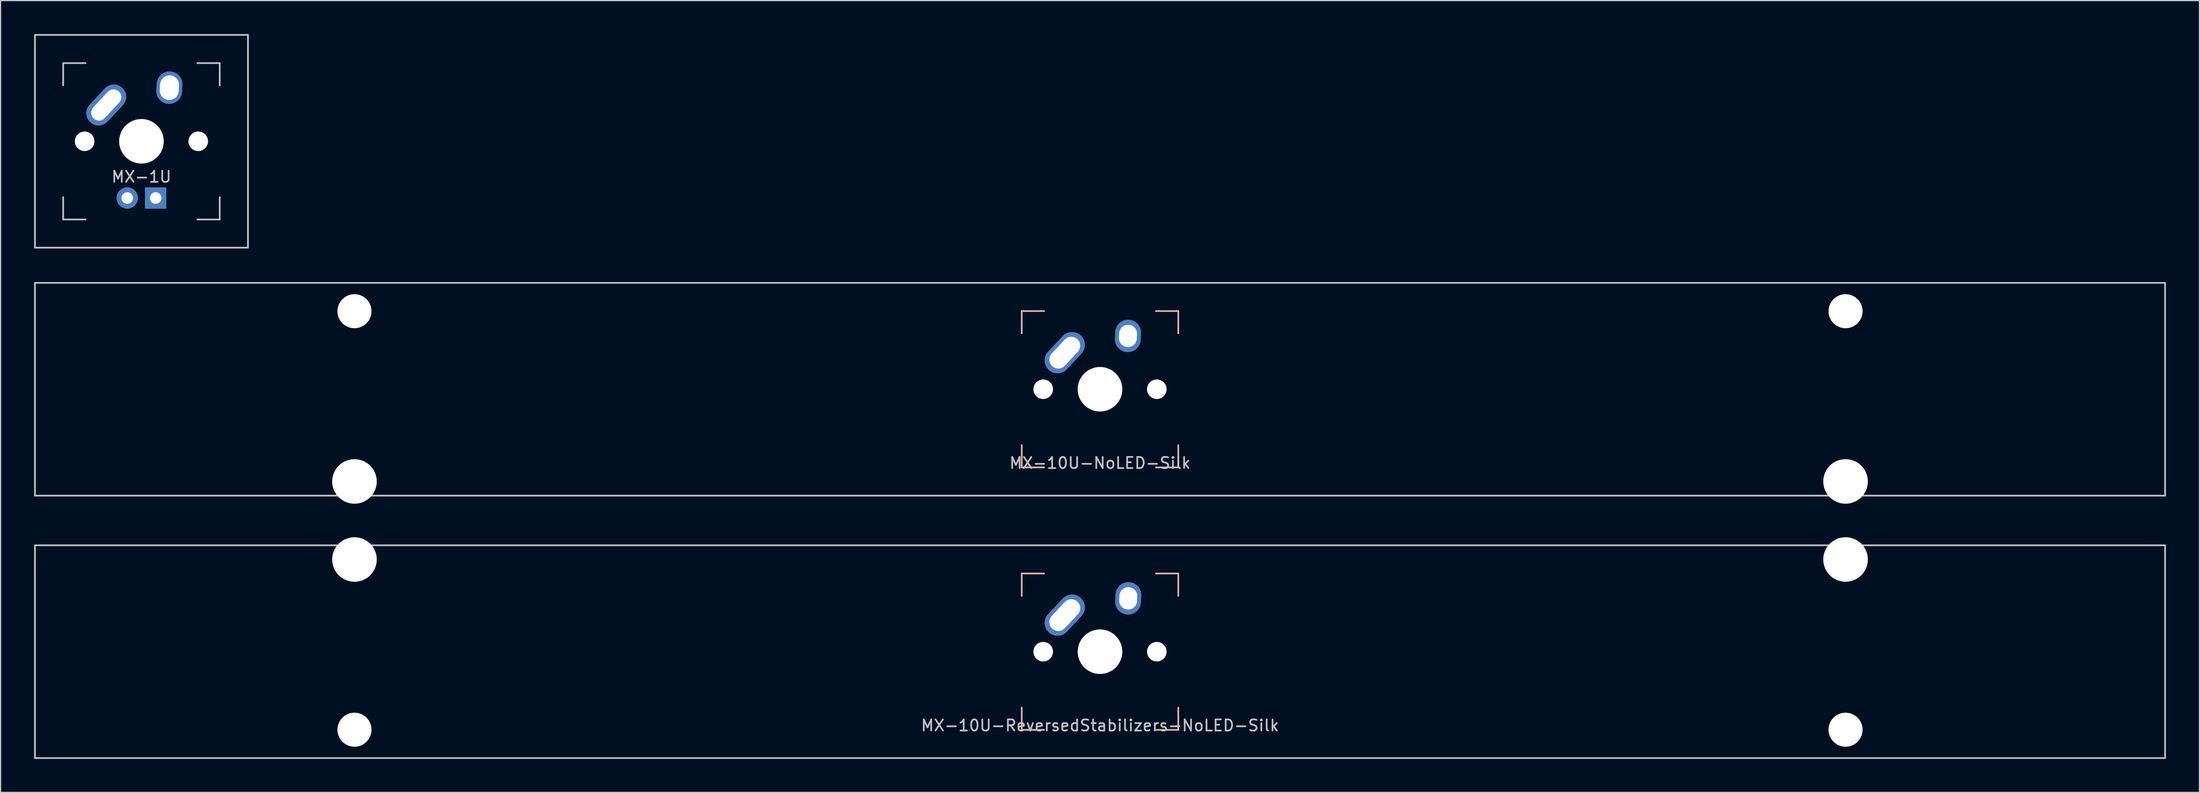
<source format=kicad_pcb>
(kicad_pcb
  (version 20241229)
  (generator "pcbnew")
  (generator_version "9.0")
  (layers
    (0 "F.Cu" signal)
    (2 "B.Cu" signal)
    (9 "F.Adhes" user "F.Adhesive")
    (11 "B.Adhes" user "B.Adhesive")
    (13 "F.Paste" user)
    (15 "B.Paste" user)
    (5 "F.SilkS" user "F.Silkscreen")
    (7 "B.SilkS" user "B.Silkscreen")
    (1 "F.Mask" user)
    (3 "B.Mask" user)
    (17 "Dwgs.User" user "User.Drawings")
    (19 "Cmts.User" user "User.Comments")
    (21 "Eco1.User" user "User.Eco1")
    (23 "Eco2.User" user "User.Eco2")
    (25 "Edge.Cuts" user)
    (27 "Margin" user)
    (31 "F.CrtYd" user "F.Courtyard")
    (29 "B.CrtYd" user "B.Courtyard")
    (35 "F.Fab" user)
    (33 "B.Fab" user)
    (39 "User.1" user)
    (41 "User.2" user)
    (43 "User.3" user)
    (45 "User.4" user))
  (footprint "MX-10U-ReversedStabilizers-NoLED-Silk"
    (layer "F.Cu")
    (at 95.325 55.298)
    (property "Reference" "MX-10U-ReversedStabilizers-NoLED-Silk" (at 0 6.604 0) (layer "Dwgs.User") (effects (font (size 1 1) (thickness 0.15))))
    (fp_line (start -7 -7) (end -7 -5) (stroke (width 0.15) (type solid)) (layer "B.SilkS"))
    (fp_line (start -7 5) (end -7 7) (stroke (width 0.15) (type solid)) (layer "B.SilkS"))
    (fp_line (start -7 7) (end -5 7) (stroke (width 0.15) (type solid)) (layer "B.SilkS"))
    (fp_line (start -5 -7) (end -7 -7) (stroke (width 0.15) (type solid)) (layer "B.SilkS"))
    (fp_line (start 5 -7) (end 7 -7) (stroke (width 0.15) (type solid)) (layer "B.SilkS"))
    (fp_line (start 5 7) (end 7 7) (stroke (width 0.15) (type solid)) (layer "B.SilkS"))
    (fp_line (start 7 -7) (end 7 -5) (stroke (width 0.15) (type solid)) (layer "B.SilkS"))
    (fp_line (start 7 7) (end 7 5) (stroke (width 0.15) (type solid)) (layer "B.SilkS"))
    (fp_line (start -95.25 -9.525) (end 95.25 -9.525) (stroke (width 0.15) (type solid)) (layer "Dwgs.User"))
    (fp_line (start -95.25 9.525) (end -95.25 -9.525) (stroke (width 0.15) (type solid)) (layer "Dwgs.User"))
    (fp_line (start -95.25 9.525) (end 95.25 9.525) (stroke (width 0.15) (type solid)) (layer "Dwgs.User"))
    (fp_line (start 95.25 -9.525) (end 95.25 9.525) (stroke (width 0.15) (type solid)) (layer "Dwgs.User"))
    (pad "" np_thru_hole circle (at -66.675 -8.255) (size 3.988 3.988) (drill 3.988) (layers "*.Cu" "*.Mask"))
    (pad "" np_thru_hole circle (at -66.675 6.985) (size 3.048 3.048) (drill 3.048) (layers "*.Cu" "*.Mask"))
    (pad "" np_thru_hole circle (at -5.08 0 48.1) (size 1.75 1.75) (drill 1.75) (layers "*.Cu" "*.Mask"))
    (pad "" np_thru_hole circle (at 0 0) (size 3.988 3.988) (drill 3.988) (layers "*.Cu" "*.Mask"))
    (pad "" np_thru_hole circle (at 5.08 0 48.1) (size 1.75 1.75) (drill 1.75) (layers "*.Cu" "*.Mask"))
    (pad "" np_thru_hole circle (at 66.675 -8.255) (size 3.988 3.988) (drill 3.988) (layers "*.Cu" "*.Mask"))
    (pad "" np_thru_hole circle (at 66.675 6.985) (size 3.048 3.048) (drill 3.048) (layers "*.Cu" "*.Mask"))
    (pad "1" thru_hole oval (at -3.15 -3.275 47) (size 4.2 2.3) (drill oval 3.3 1.6) (layers "*.Cu" "*.Mask"))
    (pad "2" thru_hole oval (at 2.525 -4.775 87) (size 2.9 2.3) (drill oval 2 1.6) (layers "*.Cu" "*.Mask")))
  (footprint "MX-1U"
    (layer "F.Cu")
    (at 9.6 9.6)
    (property "Reference" "MX-1U" (at 0 3.175 0) (layer "Dwgs.User") (effects (font (size 1 1) (thickness 0.15))))
    (fp_line (start -9.525 -9.525) (end 9.525 -9.525) (stroke (width 0.15) (type solid)) (layer "Dwgs.User"))
    (fp_line (start -9.525 9.525) (end -9.525 -9.525) (stroke (width 0.15) (type solid)) (layer "Dwgs.User"))
    (fp_line (start -7 -7) (end -7 -5) (stroke (width 0.15) (type solid)) (layer "Dwgs.User"))
    (fp_line (start -7 5) (end -7 7) (stroke (width 0.15) (type solid)) (layer "Dwgs.User"))
    (fp_line (start -7 7) (end -5 7) (stroke (width 0.15) (type solid)) (layer "Dwgs.User"))
    (fp_line (start -5 -7) (end -7 -7) (stroke (width 0.15) (type solid)) (layer "Dwgs.User"))
    (fp_line (start 5 -7) (end 7 -7) (stroke (width 0.15) (type solid)) (layer "Dwgs.User"))
    (fp_line (start 5 7) (end 7 7) (stroke (width 0.15) (type solid)) (layer "Dwgs.User"))
    (fp_line (start 7 -7) (end 7 -5) (stroke (width 0.15) (type solid)) (layer "Dwgs.User"))
    (fp_line (start 7 7) (end 7 5) (stroke (width 0.15) (type solid)) (layer "Dwgs.User"))
    (fp_line (start 9.525 -9.525) (end 9.525 9.525) (stroke (width 0.15) (type solid)) (layer "Dwgs.User"))
    (fp_line (start 9.525 9.525) (end -9.525 9.525) (stroke (width 0.15) (type solid)) (layer "Dwgs.User"))
    (pad "" np_thru_hole circle (at -5.08 0 48.1) (size 1.75 1.75) (drill 1.75) (layers "*.Cu" "*.Mask"))
    (pad "" np_thru_hole circle (at 0 0) (size 3.988 3.988) (drill 3.988) (layers "*.Cu" "*.Mask"))
    (pad "" np_thru_hole circle (at 5.08 0 48.1) (size 1.75 1.75) (drill 1.75) (layers "*.Cu" "*.Mask"))
    (pad "1" thru_hole oval (at -3.15 -3.25 47) (size 4.2 2.2) (drill oval 3.3 1.4) (layers "*.Cu" "*.Mask"))
    (pad "2" thru_hole oval (at 2.5 -4.8 87) (size 2.9 2.3) (drill oval 2.2 1.7) (layers "*.Cu" "*.Mask"))
    (pad "3" thru_hole circle (at -1.27 5.08) (size 1.905 1.905) (drill 1.04) (layers "*.Cu" "B.Mask"))
    (pad "4" thru_hole rect (at 1.27 5.08) (size 1.905 1.905) (drill 1.04) (layers "*.Cu" "B.Mask")))
  (footprint "MX-10U-NoLED-Silk"
    (layer "F.Cu")
    (at 95.325 31.8)
    (property "Reference" "MX-10U-NoLED-Silk" (at 0 6.604 0) (layer "Dwgs.User") (effects (font (size 1 1) (thickness 0.15))))
    (fp_line (start -7 -7) (end -7 -5) (stroke (width 0.15) (type solid)) (layer "B.SilkS"))
    (fp_line (start -7 5) (end -7 7) (stroke (width 0.15) (type solid)) (layer "B.SilkS"))
    (fp_line (start -7 7) (end -5 7) (stroke (width 0.15) (type solid)) (layer "B.SilkS"))
    (fp_line (start -5 -7) (end -7 -7) (stroke (width 0.15) (type solid)) (layer "B.SilkS"))
    (fp_line (start 5 -7) (end 7 -7) (stroke (width 0.15) (type solid)) (layer "B.SilkS"))
    (fp_line (start 5 7) (end 7 7) (stroke (width 0.15) (type solid)) (layer "B.SilkS"))
    (fp_line (start 7 -7) (end 7 -5) (stroke (width 0.15) (type solid)) (layer "B.SilkS"))
    (fp_line (start 7 7) (end 7 5) (stroke (width 0.15) (type solid)) (layer "B.SilkS"))
    (fp_line (start -95.25 -9.525) (end 95.25 -9.525) (stroke (width 0.15) (type solid)) (layer "Dwgs.User"))
    (fp_line (start -95.25 9.525) (end -95.25 -9.525) (stroke (width 0.15) (type solid)) (layer "Dwgs.User"))
    (fp_line (start -95.25 9.525) (end 95.25 9.525) (stroke (width 0.15) (type solid)) (layer "Dwgs.User"))
    (fp_line (start 95.25 -9.525) (end 95.25 9.525) (stroke (width 0.15) (type solid)) (layer "Dwgs.User"))
    (pad "" np_thru_hole circle (at -66.675 -6.985) (size 3.048 3.048) (drill 3.048) (layers "*.Cu" "*.Mask"))
    (pad "" np_thru_hole circle (at -66.675 8.255) (size 3.988 3.988) (drill 3.988) (layers "*.Cu" "*.Mask"))
    (pad "" np_thru_hole circle (at -5.08 0 48.1) (size 1.75 1.75) (drill 1.75) (layers "*.Cu" "*.Mask"))
    (pad "" np_thru_hole circle (at 0 0) (size 3.988 3.988) (drill 3.988) (layers "*.Cu" "*.Mask"))
    (pad "" np_thru_hole circle (at 5.08 0 48.1) (size 1.75 1.75) (drill 1.75) (layers "*.Cu" "*.Mask"))
    (pad "" np_thru_hole circle (at 66.675 -6.985) (size 3.048 3.048) (drill 3.048) (layers "*.Cu" "*.Mask"))
    (pad "" np_thru_hole circle (at 66.675 8.255) (size 3.988 3.988) (drill 3.988) (layers "*.Cu" "*.Mask"))
    (pad "1" thru_hole oval (at -3.15 -3.275 47) (size 4.2 2.3) (drill oval 3.3 1.6) (layers "*.Cu" "*.Mask"))
    (pad "2" thru_hole oval (at 2.5 -4.775 87) (size 2.9 2.3) (drill oval 2 1.6) (layers "*.Cu" "*.Mask")))
  (gr_rect
    (start -3 -3)
    (end 193.65 67.898)
    (stroke (width 0.1) (type default))
    (fill no)
    (layer "Edge.Cuts")))
</source>
